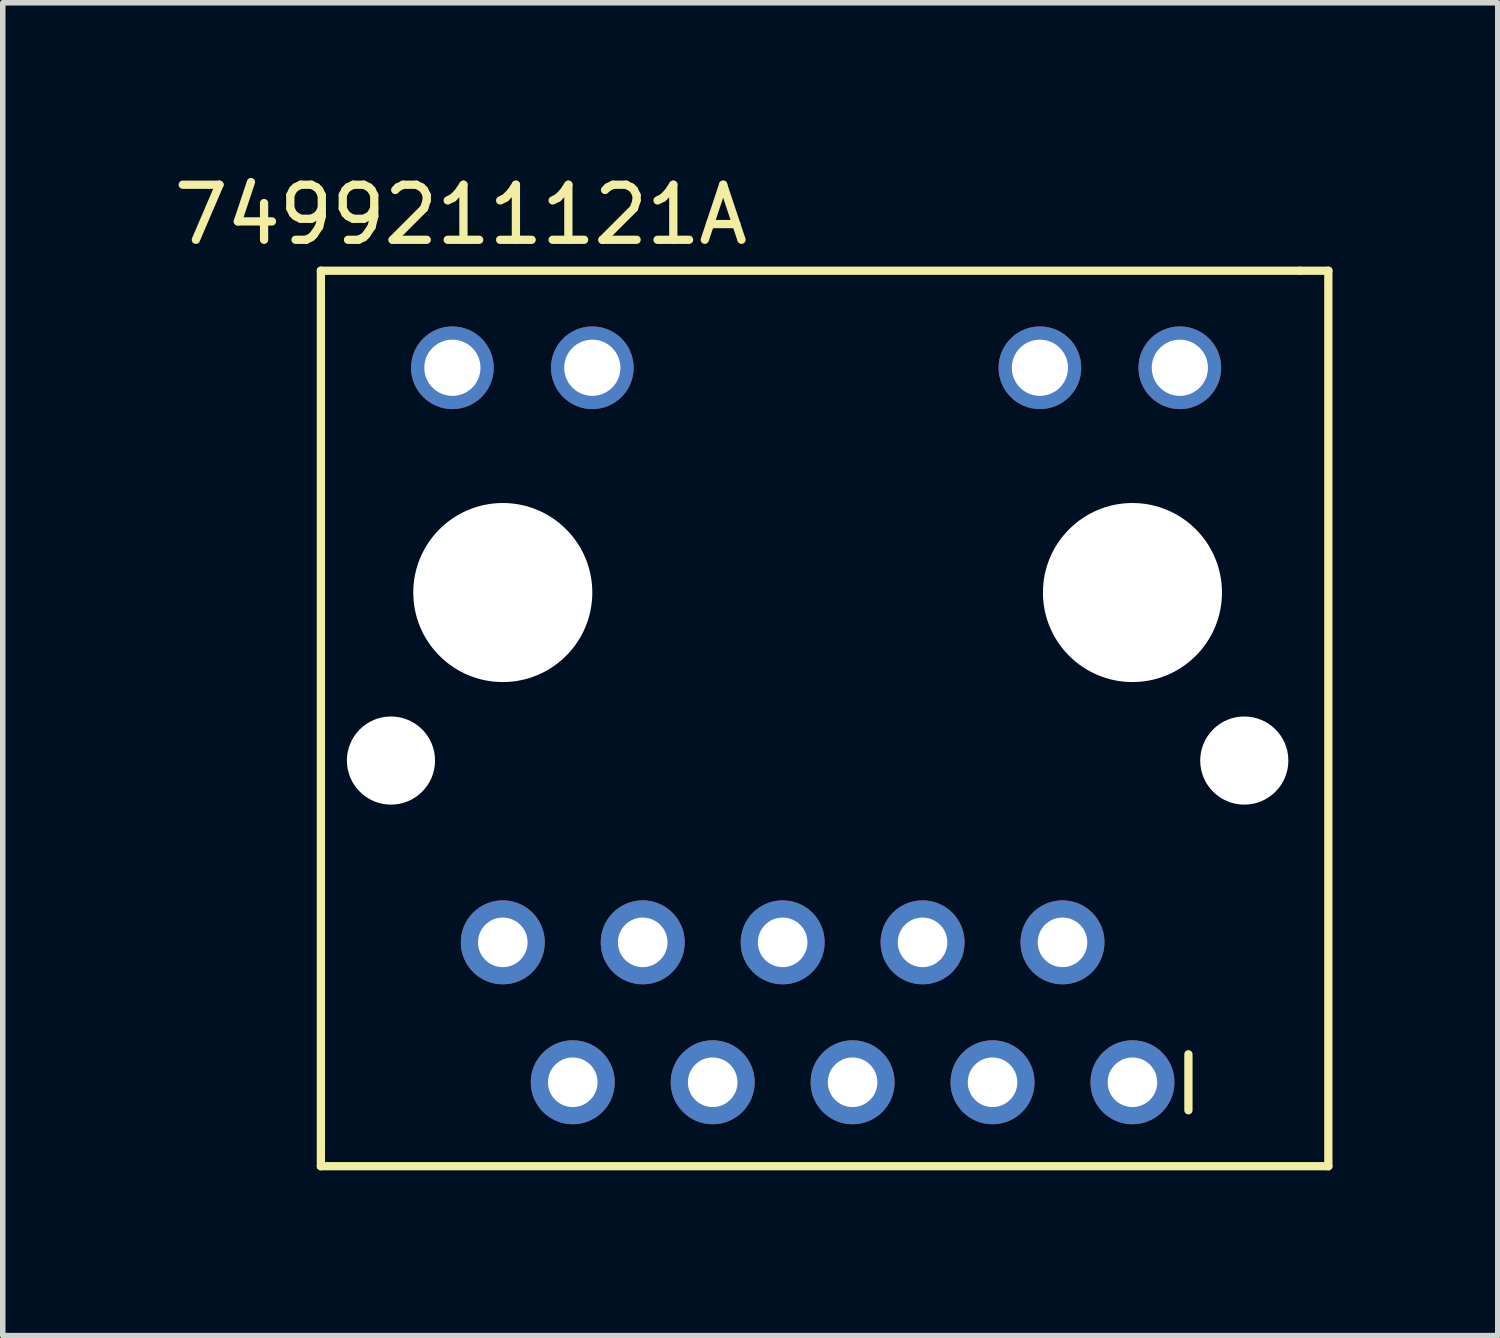
<source format=kicad_pcb>
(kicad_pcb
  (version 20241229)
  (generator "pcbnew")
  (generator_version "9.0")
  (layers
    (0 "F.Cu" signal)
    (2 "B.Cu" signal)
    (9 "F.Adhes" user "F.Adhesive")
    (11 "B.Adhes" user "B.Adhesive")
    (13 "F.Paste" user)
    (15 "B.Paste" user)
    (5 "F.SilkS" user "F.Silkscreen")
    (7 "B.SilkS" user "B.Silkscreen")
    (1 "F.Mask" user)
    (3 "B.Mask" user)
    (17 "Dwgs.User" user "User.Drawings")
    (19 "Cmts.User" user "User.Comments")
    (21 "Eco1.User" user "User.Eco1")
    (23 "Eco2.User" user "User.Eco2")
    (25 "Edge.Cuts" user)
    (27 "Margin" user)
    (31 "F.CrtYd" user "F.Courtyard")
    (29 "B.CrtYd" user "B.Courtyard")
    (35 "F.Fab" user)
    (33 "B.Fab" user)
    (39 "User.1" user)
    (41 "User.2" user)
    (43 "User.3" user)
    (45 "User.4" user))
  (footprint "7499211121A"
    (layer "F.Cu")
    (at 7.347 16.596)
    (property "Reference" "7499211121A" (at -2.032 -15.748 180) (layer "F.SilkS") (effects (font (size 1 1) (thickness 0.15))))
    (attr through_hole)
    (fp_line (start -4.572 1.524) (end -4.572 -14.732) (stroke (width 0.15) (type solid)) (layer "F.SilkS"))
    (fp_line (start -4.572 1.524) (end 13.716 1.524) (stroke (width 0.15) (type solid)) (layer "F.SilkS"))
    (fp_line (start 11.176 0.508) (end 11.176 -0.508) (stroke (width 0.15) (type solid)) (layer "F.SilkS"))
    (fp_line (start 13.208 -14.732) (end -4.572 -14.732) (stroke (width 0.15) (type solid)) (layer "F.SilkS"))
    (fp_line (start 13.208 -14.732) (end 13.716 -14.732) (stroke (width 0.15) (type solid)) (layer "F.SilkS"))
    (fp_line (start 13.716 -14.732) (end 13.716 1.524) (stroke (width 0.15) (type solid)) (layer "F.SilkS"))
    (pad "" np_thru_hole circle (at -3.3 -5.84) (size 1.6 1.6) (drill 1.6) (layers "*.Cu" "*.Mask"))
    (pad "" np_thru_hole circle (at -1.27 -8.89) (size 3.25 3.25) (drill 3.25) (layers "*.Cu" "*.Mask"))
    (pad "" np_thru_hole circle (at 10.16 -8.89) (size 3.25 3.25) (drill 3.25) (layers "*.Cu" "*.Mask"))
    (pad "" np_thru_hole circle (at 12.19 -5.84) (size 1.6 1.6) (drill 1.6) (layers "*.Cu" "*.Mask"))
    (pad "1" thru_hole circle (at 10.16 0) (size 1.524 1.524) (drill 0.9) (layers "*.Cu" "*.Mask"))
    (pad "2" thru_hole circle (at 8.89 -2.54) (size 1.524 1.524) (drill 0.9) (layers "*.Cu" "*.Mask"))
    (pad "3" thru_hole circle (at 7.62 0) (size 1.524 1.524) (drill 0.9) (layers "*.Cu" "*.Mask"))
    (pad "4" thru_hole circle (at 6.35 -2.54) (size 1.524 1.524) (drill 0.9) (layers "*.Cu" "*.Mask"))
    (pad "5" thru_hole circle (at 5.08 0) (size 1.524 1.524) (drill 0.9) (layers "*.Cu" "*.Mask"))
    (pad "6" thru_hole circle (at 3.81 -2.54) (size 1.524 1.524) (drill 0.9) (layers "*.Cu" "*.Mask"))
    (pad "7" thru_hole circle (at 2.54 0) (size 1.524 1.524) (drill 0.9) (layers "*.Cu" "*.Mask"))
    (pad "8" thru_hole circle (at 1.27 -2.54) (size 1.524 1.524) (drill 0.9) (layers "*.Cu" "*.Mask"))
    (pad "9" thru_hole circle (at 0 0) (size 1.524 1.524) (drill 0.9) (layers "*.Cu" "*.Mask"))
    (pad "10" thru_hole circle (at -1.27 -2.54) (size 1.524 1.524) (drill 0.9) (layers "*.Cu" "*.Mask"))
    (pad "11" thru_hole circle (at 11.02 -12.97) (size 1.5 1.5) (drill 1.02) (layers "*.Cu" "*.Mask"))
    (pad "12" thru_hole circle (at 8.48 -12.97) (size 1.5 1.5) (drill 1.02) (layers "*.Cu" "*.Mask"))
    (pad "13" thru_hole circle (at 0.355 -12.97) (size 1.5 1.5) (drill 1.02) (layers "*.Cu" "*.Mask"))
    (pad "14" thru_hole circle (at -2.185 -12.97) (size 1.5 1.5) (drill 1.02) (layers "*.Cu" "*.Mask")))
  (gr_rect
    (start -3 -3)
    (end 24.138 21.195)
    (stroke (width 0.1) (type default))
    (fill no)
    (layer "Edge.Cuts")))
</source>
